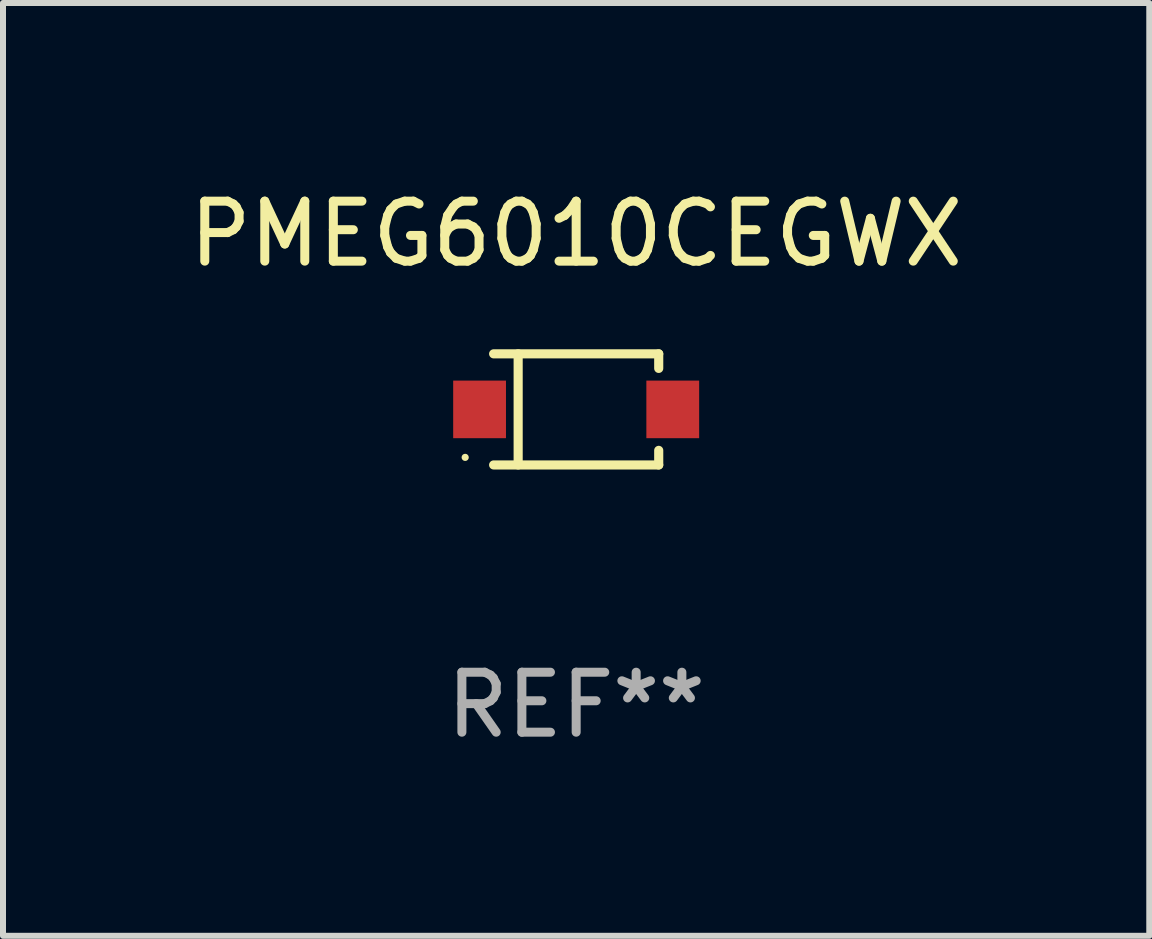
<source format=kicad_pcb>
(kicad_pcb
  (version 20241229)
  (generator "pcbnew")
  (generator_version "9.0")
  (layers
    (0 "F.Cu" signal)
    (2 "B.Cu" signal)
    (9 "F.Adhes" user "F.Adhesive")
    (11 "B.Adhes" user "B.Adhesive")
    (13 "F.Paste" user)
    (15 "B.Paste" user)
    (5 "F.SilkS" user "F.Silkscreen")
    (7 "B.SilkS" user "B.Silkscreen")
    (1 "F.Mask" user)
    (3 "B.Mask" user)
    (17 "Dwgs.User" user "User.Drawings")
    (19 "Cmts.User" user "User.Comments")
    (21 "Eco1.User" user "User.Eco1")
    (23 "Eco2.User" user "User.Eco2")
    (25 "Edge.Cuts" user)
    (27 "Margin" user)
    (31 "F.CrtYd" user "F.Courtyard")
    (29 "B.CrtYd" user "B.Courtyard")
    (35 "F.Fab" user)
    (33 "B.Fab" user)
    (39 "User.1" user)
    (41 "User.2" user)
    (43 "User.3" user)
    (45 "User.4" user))
  (footprint "PMEG6010CEGWX"
    (layer "F.Cu")
    (at 6.554 3.774)
    (property "Reference" "PMEG6010CEGWX" (at 0 -2.926 0) (layer "F.SilkS") (effects (font (size 1 1) (thickness 0.15))))
    (attr through_hole)
    (fp_line (start -1.376 -0.926) (end 1.376 -0.926) (stroke (width 0.152) (type solid)) (layer "F.SilkS"))
    (fp_line (start -1.376 0.926) (end 1.376 0.926) (stroke (width 0.152) (type solid)) (layer "F.SilkS"))
    (fp_line (start -0.967 -0.926) (end -0.967 0.926) (stroke (width 0.152) (type solid)) (layer "F.SilkS"))
    (fp_line (start 1.376 -0.926) (end 1.376 -0.683) (stroke (width 0.152) (type solid)) (layer "F.SilkS"))
    (fp_line (start 1.376 0.926) (end 1.376 0.683) (stroke (width 0.152) (type solid)) (layer "F.SilkS"))
    (fp_circle (center -1.85 0.8) (end -1.82 0.8) (stroke (width 0.06) (type solid)) (fill no) (layer "F.SilkS"))
    (fp_text user "REF**" (at 0 4.926 0) (layer "F.Fab") (effects (font (size 1 1) (thickness 0.15))))
    (pad "1" smd rect (at -1.61 0) (size 0.88 0.96) (layers "F.Cu" "F.Mask" "F.Paste"))
    (pad "2" smd rect (at 1.61 0) (size 0.88 0.96) (layers "F.Cu" "F.Mask" "F.Paste")))
  (gr_rect
    (start -3 -3)
    (end 16.107 12.549)
    (stroke (width 0.1) (type default))
    (fill no)
    (layer "Edge.Cuts")))
</source>
